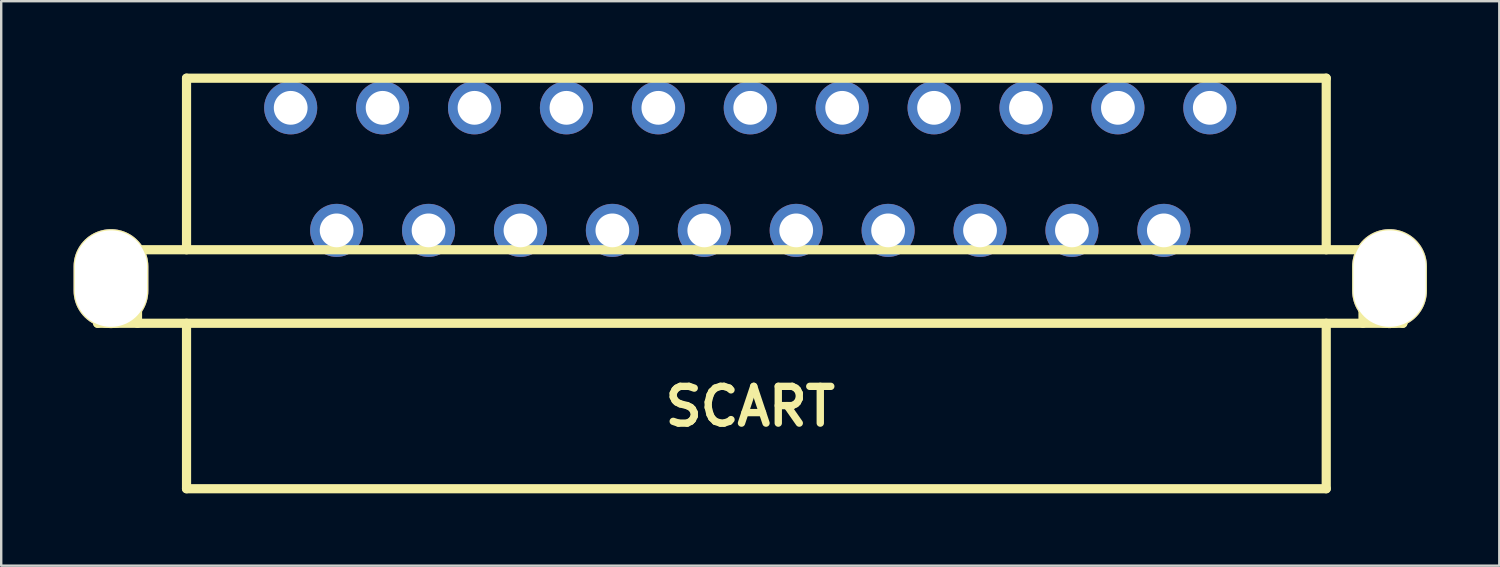
<source format=kicad_pcb>
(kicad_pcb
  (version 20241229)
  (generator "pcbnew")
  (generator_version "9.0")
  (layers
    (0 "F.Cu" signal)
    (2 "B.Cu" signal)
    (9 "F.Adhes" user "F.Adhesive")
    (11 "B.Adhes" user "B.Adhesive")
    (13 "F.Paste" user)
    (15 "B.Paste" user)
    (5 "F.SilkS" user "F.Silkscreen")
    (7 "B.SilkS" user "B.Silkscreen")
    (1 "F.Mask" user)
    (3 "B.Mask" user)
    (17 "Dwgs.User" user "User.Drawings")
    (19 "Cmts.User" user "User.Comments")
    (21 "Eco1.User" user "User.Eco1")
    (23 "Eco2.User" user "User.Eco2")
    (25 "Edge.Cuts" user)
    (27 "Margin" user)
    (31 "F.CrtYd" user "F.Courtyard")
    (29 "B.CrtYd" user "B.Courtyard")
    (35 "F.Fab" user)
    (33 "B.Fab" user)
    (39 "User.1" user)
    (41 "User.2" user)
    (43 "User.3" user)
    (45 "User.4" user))
  (footprint "SCART"
    (layer "F.Cu")
    (at 28.05 8.7)
    (property "Reference" "SCART" (at 0 5.1 0) (layer "F.SilkS") (effects (font (size 1.524 1.524) (thickness 0.305))))
    (attr through_hole)
    (fp_line (start -27.051 -1.397) (end -27.051 1.651) (stroke (width 0.381) (type solid)) (layer "F.SilkS"))
    (fp_line (start -27.051 -1.397) (end 27.051 -1.397) (stroke (width 0.381) (type solid)) (layer "F.SilkS"))
    (fp_line (start -25.4 -1.397) (end -25.4 1.651) (stroke (width 0.381) (type solid)) (layer "F.SilkS"))
    (fp_line (start -23.368 -8.509) (end 23.876 -8.509) (stroke (width 0.381) (type solid)) (layer "F.SilkS"))
    (fp_line (start -23.368 -1.397) (end -23.368 -8.509) (stroke (width 0.381) (type solid)) (layer "F.SilkS"))
    (fp_line (start -23.368 8.509) (end -23.368 1.651) (stroke (width 0.381) (type solid)) (layer "F.SilkS"))
    (fp_line (start -23.368 8.509) (end 23.876 8.509) (stroke (width 0.381) (type solid)) (layer "F.SilkS"))
    (fp_line (start 23.876 -8.509) (end 23.876 -1.397) (stroke (width 0.381) (type solid)) (layer "F.SilkS"))
    (fp_line (start 23.876 8.509) (end 23.876 1.651) (stroke (width 0.381) (type solid)) (layer "F.SilkS"))
    (fp_line (start 25.4 -1.397) (end 25.4 1.651) (stroke (width 0.381) (type solid)) (layer "F.SilkS"))
    (fp_line (start 27.051 -1.397) (end 27.051 1.651) (stroke (width 0.381) (type solid)) (layer "F.SilkS"))
    (fp_line (start 27.051 1.651) (end -27.051 1.651) (stroke (width 0.381) (type solid)) (layer "F.SilkS"))
    (pad "" np_thru_hole oval (at -26.5 -0.201) (size 3.1 4.1) (drill oval 3 4) (layers "*.Cu" "*.Mask" "F.SilkS"))
    (pad "" np_thru_hole oval (at 26.5 -0.201) (size 3.1 4.1) (drill oval 3 4) (layers "*.Cu" "*.Mask" "F.SilkS"))
    (pad "1" thru_hole circle (at 19.05 -7.28) (size 2.2 2.2) (drill 1.4) (layers "*.Cu" "*.Mask"))
    (pad "2" thru_hole circle (at 17.145 -2.2) (size 2.2 2.2) (drill 1.4) (layers "*.Cu" "*.Mask"))
    (pad "3" thru_hole circle (at 15.24 -7.28) (size 2.2 2.2) (drill 1.4) (layers "*.Cu" "*.Mask"))
    (pad "4" thru_hole circle (at 13.335 -2.2) (size 2.2 2.2) (drill 1.4) (layers "*.Cu" "*.Mask"))
    (pad "5" thru_hole circle (at 11.43 -7.28) (size 2.2 2.2) (drill 1.4) (layers "*.Cu" "*.Mask"))
    (pad "6" thru_hole circle (at 9.525 -2.2) (size 2.2 2.2) (drill 1.4) (layers "*.Cu" "*.Mask"))
    (pad "7" thru_hole circle (at 7.62 -7.28) (size 2.2 2.2) (drill 1.4) (layers "*.Cu" "*.Mask"))
    (pad "8" thru_hole circle (at 5.715 -2.2) (size 2.2 2.2) (drill 1.4) (layers "*.Cu" "*.Mask"))
    (pad "9" thru_hole circle (at 3.81 -7.28) (size 2.2 2.2) (drill 1.4) (layers "*.Cu" "*.Mask"))
    (pad "10" thru_hole circle (at 1.905 -2.2) (size 2.2 2.2) (drill 1.4) (layers "*.Cu" "*.Mask"))
    (pad "11" thru_hole circle (at 0 -7.28) (size 2.2 2.2) (drill 1.4) (layers "*.Cu" "*.Mask"))
    (pad "12" thru_hole circle (at -1.905 -2.2) (size 2.2 2.2) (drill 1.4) (layers "*.Cu" "*.Mask"))
    (pad "13" thru_hole circle (at -3.81 -7.28) (size 2.2 2.2) (drill 1.4) (layers "*.Cu" "*.Mask"))
    (pad "14" thru_hole circle (at -5.715 -2.2) (size 2.2 2.2) (drill 1.4) (layers "*.Cu" "*.Mask"))
    (pad "15" thru_hole circle (at -7.62 -7.28) (size 2.2 2.2) (drill 1.4) (layers "*.Cu" "*.Mask"))
    (pad "16" thru_hole circle (at -9.525 -2.2) (size 2.2 2.2) (drill 1.4) (layers "*.Cu" "*.Mask"))
    (pad "17" thru_hole circle (at -11.43 -7.28) (size 2.2 2.2) (drill 1.4) (layers "*.Cu" "*.Mask"))
    (pad "18" thru_hole circle (at -13.335 -2.2) (size 2.2 2.2) (drill 1.4) (layers "*.Cu" "*.Mask"))
    (pad "19" thru_hole circle (at -15.24 -7.28) (size 2.2 2.2) (drill 1.4) (layers "*.Cu" "*.Mask"))
    (pad "20" thru_hole circle (at -17.145 -2.2) (size 2.2 2.2) (drill 1.4) (layers "*.Cu" "*.Mask"))
    (pad "21" thru_hole circle (at -19.05 -7.28) (size 2.2 2.2) (drill 1.4) (layers "*.Cu" "*.Mask")))
  (gr_rect
    (start -3 -3)
    (end 59.1 20.399)
    (stroke (width 0.1) (type default))
    (fill no)
    (layer "Edge.Cuts")))
</source>
